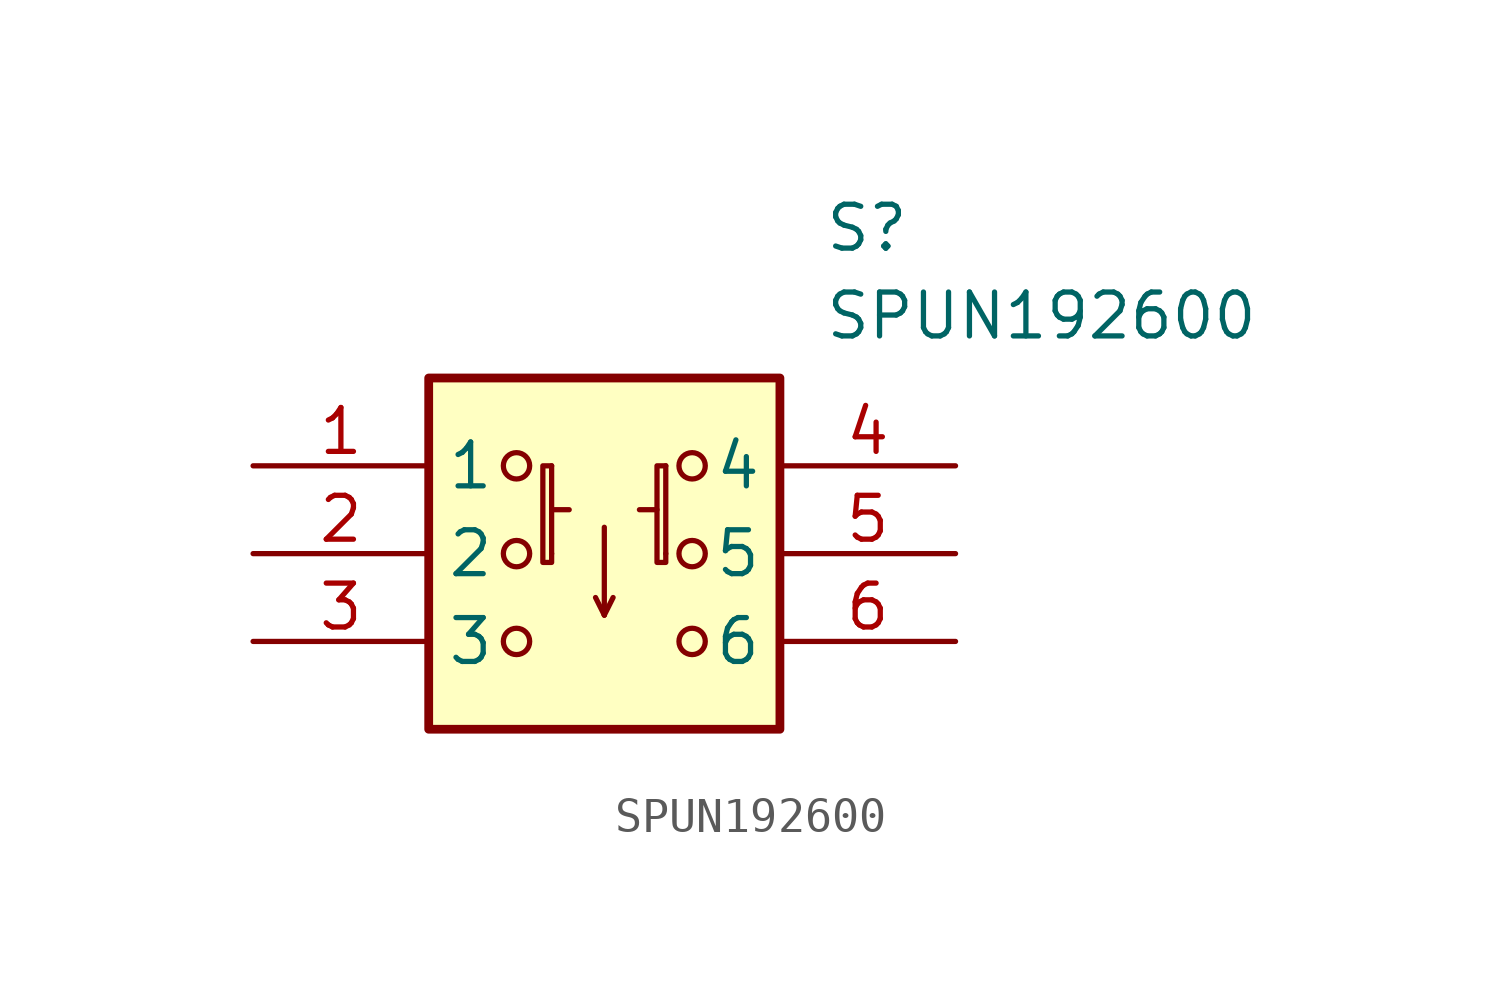
<source format=kicad_sym>
(kicad_symbol_lib
  (version 20231120)
  (generator "kicad_symbol_editor")
  (generator_version "8.0")
  (symbol "SPUN192600"
    (property "Reference" "S"
      (at 16.51 7.62 0)
      (effects (font (size 1.27 1.27)) (justify left top)))
    (property "Value" "SPUN192600"
      (at 16.51 5.08 0)
      (effects (font (size 1.27 1.27)) (justify left top)))
    (symbol "SPUN192600_0_1"
      (polyline (pts (xy 8.636 -1.27) (xy 9.144 -1.27)) (stroke (width 0) (type default)) (fill (type none)))
      (polyline (pts (xy 8.636 0) (xy 8.636 -2.54)) (stroke (width 0) (type default)) (fill (type none)))
      (polyline (pts (xy 10.16 -4.318) (xy 9.906 -3.81)) (stroke (width 0) (type default)) (fill (type none)))
      (polyline (pts (xy 10.16 -4.318) (xy 10.414 -3.81)) (stroke (width 0) (type default)) (fill (type none)))
      (polyline (pts (xy 10.16 -1.778) (xy 10.16 -4.318)) (stroke (width 0) (type default)) (fill (type none)))
      (polyline (pts (xy 11.176 -1.27) (xy 11.684 -1.27)) (stroke (width 0) (type default)) (fill (type none)))
      (polyline (pts (xy 11.938 0) (xy 11.938 -2.54)) (stroke (width 0) (type default)) (fill (type none)))
      (polyline (pts (xy 8.636 0) (xy 8.382 0) (xy 8.382 -2.794) (xy 8.636 -2.794) (xy 8.636 -2.54)) (stroke (width 0) (type default)) (fill (type none)))
      (polyline (pts (xy 11.938 0) (xy 11.684 0) (xy 11.684 -2.794) (xy 11.938 -2.794) (xy 11.938 -2.54)) (stroke (width 0) (type default)) (fill (type none)))
      (circle (center 7.62 -5.08) (radius 0.381) (stroke (width 0) (type default)) (fill (type none)))
      (circle (center 7.62 -2.54) (radius 0.381) (stroke (width 0) (type default)) (fill (type none)))
      (circle (center 7.62 0) (radius 0.381) (stroke (width 0) (type default)) (fill (type none)))
      (circle (center 12.7 -5.08) (radius 0.381) (stroke (width 0) (type default)) (fill (type none)))
      (circle (center 12.7 -2.54) (radius 0.381) (stroke (width 0) (type default)) (fill (type none)))
      (circle (center 12.7 0) (radius 0.381) (stroke (width 0) (type default)) (fill (type none))))
    (symbol "SPUN192600_1_1"
      (rectangle (start 5.08 2.54) (end 15.24 -7.62) (stroke (width 0.254) (type default)) (fill (type background)))
      (pin passive line (at 0 0 0) (length 5.08) (name "1" (effects (font (size 1.27 1.27)))) (number "1" (effects (font (size 1.27 1.27)))))
      (pin passive line (at 0 -2.54 0) (length 5.08) (name "2" (effects (font (size 1.27 1.27)))) (number "2" (effects (font (size 1.27 1.27)))))
      (pin passive line (at 0 -5.08 0) (length 5.08) (name "3" (effects (font (size 1.27 1.27)))) (number "3" (effects (font (size 1.27 1.27)))))
      (pin passive line (at 20.32 0 180) (length 5.08) (name "4" (effects (font (size 1.27 1.27)))) (number "4" (effects (font (size 1.27 1.27)))))
      (pin passive line (at 20.32 -2.54 180) (length 5.08) (name "5" (effects (font (size 1.27 1.27)))) (number "5" (effects (font (size 1.27 1.27)))))
      (pin passive line (at 20.32 -5.08 180) (length 5.08) (name "6" (effects (font (size 1.27 1.27)))) (number "6" (effects (font (size 1.27 1.27))))))))
</source>
